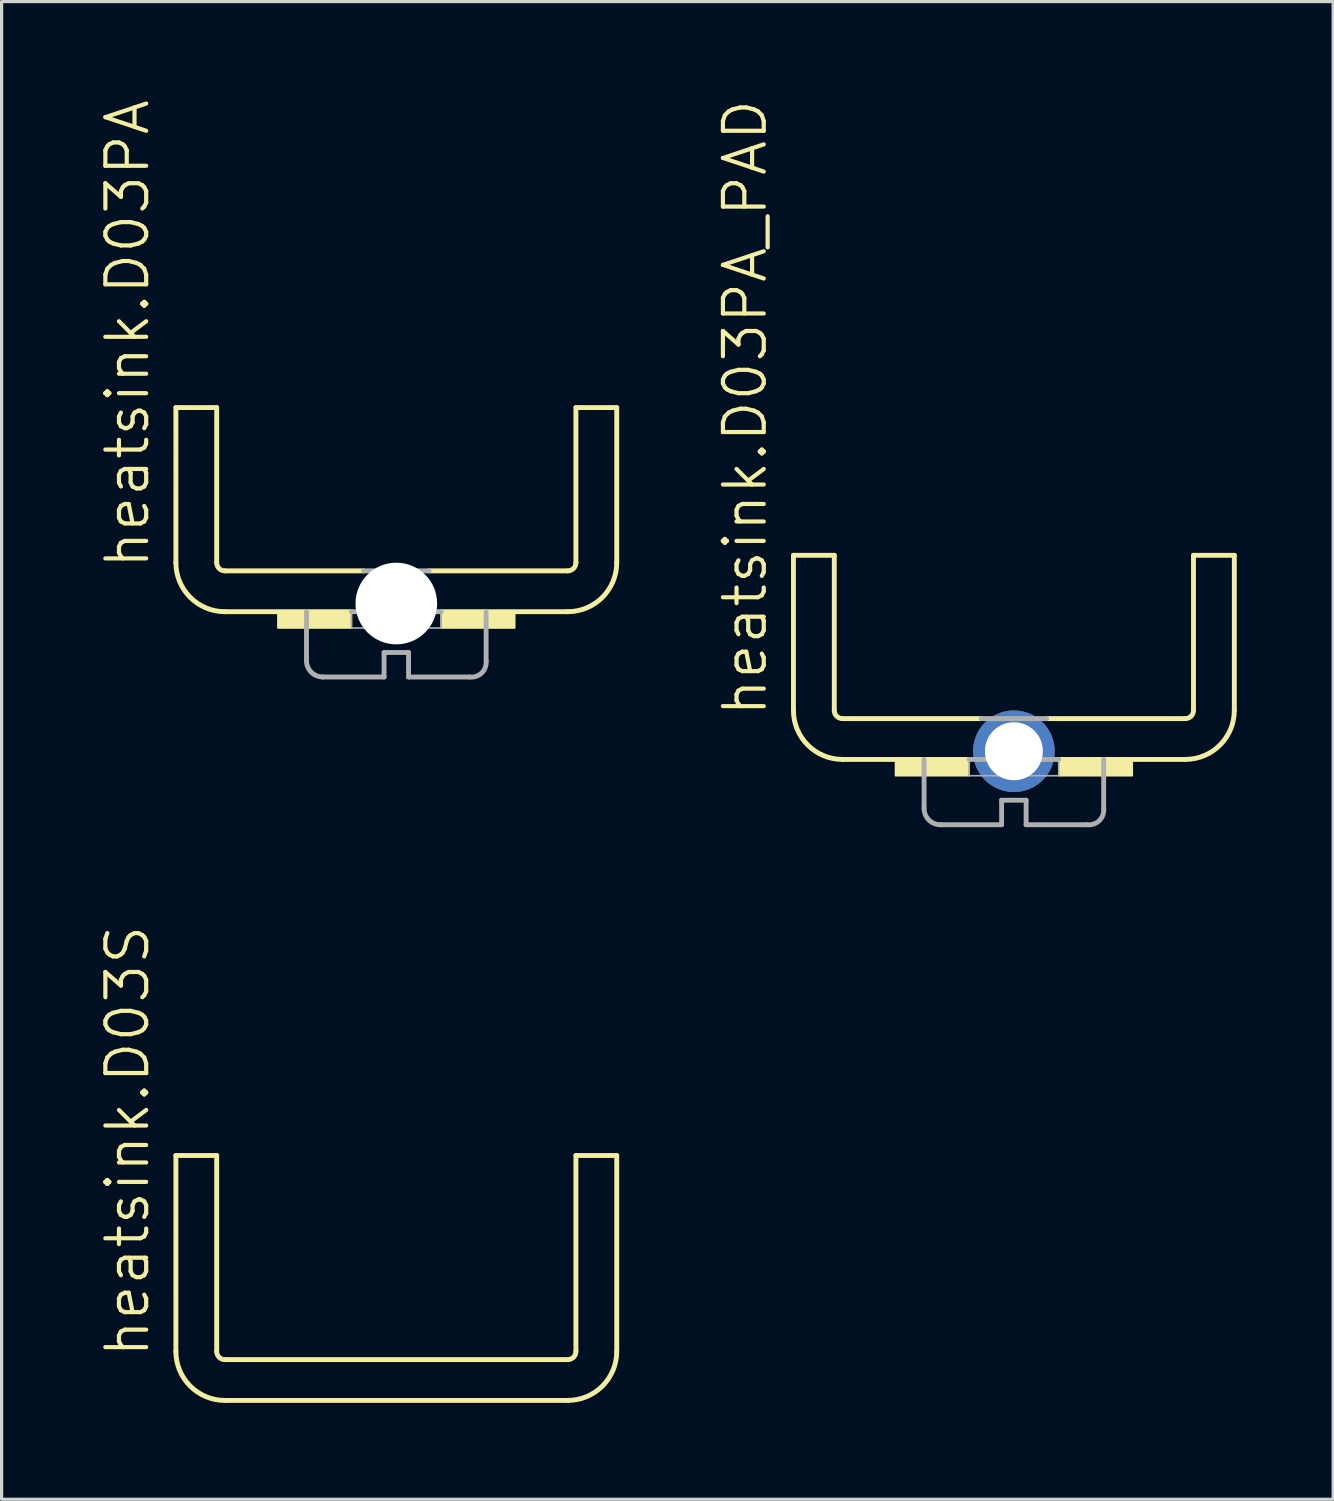
<source format=kicad_pcb>
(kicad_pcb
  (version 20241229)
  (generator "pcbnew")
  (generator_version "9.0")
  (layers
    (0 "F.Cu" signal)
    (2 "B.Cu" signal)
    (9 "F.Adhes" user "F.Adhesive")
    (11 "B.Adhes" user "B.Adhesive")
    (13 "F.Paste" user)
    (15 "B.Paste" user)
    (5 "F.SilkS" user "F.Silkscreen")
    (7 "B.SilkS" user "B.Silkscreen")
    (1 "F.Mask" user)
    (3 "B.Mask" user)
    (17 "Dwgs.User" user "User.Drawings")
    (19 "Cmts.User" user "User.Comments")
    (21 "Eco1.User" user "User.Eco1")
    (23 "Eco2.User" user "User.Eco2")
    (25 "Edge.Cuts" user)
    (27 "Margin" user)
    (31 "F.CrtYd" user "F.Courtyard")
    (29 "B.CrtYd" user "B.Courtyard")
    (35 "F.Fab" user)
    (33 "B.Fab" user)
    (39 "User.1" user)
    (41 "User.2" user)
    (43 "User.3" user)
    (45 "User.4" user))
  (footprint "heatsink.D03PA_PAD"
    (layer "F.Cu")
    (at 28.494 19.307)
    (property "Reference" "heatsink.D03PA_PAD" (at -7.62 0 90) (layer "F.SilkS") (effects (font (size 1.27 1.27) (thickness 0.13)) (justify left bottom)))
    (attr through_hole)
    (fp_line (start -6.858 -5.08) (end -5.588 -5.08) (stroke (width 0.152) (type default)) (layer "F.SilkS"))
    (fp_line (start -6.858 -0.254) (end -6.858 -5.08) (stroke (width 0.152) (type default)) (layer "F.SilkS"))
    (fp_line (start -5.588 -0.254) (end -5.588 -5.08) (stroke (width 0.152) (type default)) (layer "F.SilkS"))
    (fp_line (start -5.334 0) (end -1.016 0) (stroke (width 0.152) (type default)) (layer "F.SilkS"))
    (fp_line (start -1.397 1.27) (end -5.334 1.27) (stroke (width 0.152) (type default)) (layer "F.SilkS"))
    (fp_line (start 1.016 0) (end 5.334 0) (stroke (width 0.152) (type default)) (layer "F.SilkS"))
    (fp_line (start 1.397 1.27) (end 5.334 1.27) (stroke (width 0.152) (type default)) (layer "F.SilkS"))
    (fp_line (start 5.588 -0.254) (end 5.588 -5.08) (stroke (width 0.152) (type default)) (layer "F.SilkS"))
    (fp_line (start 6.858 -5.08) (end 5.588 -5.08) (stroke (width 0.152) (type default)) (layer "F.SilkS"))
    (fp_line (start 6.858 -0.254) (end 6.858 -5.08) (stroke (width 0.152) (type default)) (layer "F.SilkS"))
    (fp_rect (start -3.683 1.778) (end -1.397 1.27) (stroke (width 0.05) (type default)) (fill yes) (layer "F.SilkS"))
    (fp_rect (start 1.397 1.778) (end 3.683 1.27) (stroke (width 0.05) (type default)) (fill yes) (layer "F.SilkS"))
    (fp_arc (start -5.334 0) (mid -5.513605 -0.074395) (end -5.588 -0.254) (stroke (width 0.1524) (type default)) (layer "F.SilkS"))
    (fp_arc (start -5.334 1.27) (mid -6.411631 0.823631) (end -6.858 -0.254) (stroke (width 0.1524) (type default)) (layer "F.SilkS"))
    (fp_arc (start 5.588 -0.254) (mid 5.513605 -0.074395) (end 5.334 0) (stroke (width 0.1524) (type default)) (layer "F.SilkS"))
    (fp_arc (start 6.858 -0.254) (mid 6.411631 0.823631) (end 5.334 1.27) (stroke (width 0.1524) (type default)) (layer "F.SilkS"))
    (fp_line (start -2.794 2.794) (end -2.794 1.27) (stroke (width 0.152) (type default)) (layer "F.Fab"))
    (fp_line (start -2.286 3.302) (end -0.381 3.302) (stroke (width 0.152) (type default)) (layer "F.Fab"))
    (fp_line (start -1.016 0) (end 1.016 0) (stroke (width 0.152) (type default)) (layer "F.Fab"))
    (fp_line (start -0.381 2.54) (end -0.381 3.302) (stroke (width 0.152) (type default)) (layer "F.Fab"))
    (fp_line (start -0.381 2.54) (end 0.381 2.54) (stroke (width 0.152) (type default)) (layer "F.Fab"))
    (fp_line (start 0.381 3.302) (end 0.381 2.54) (stroke (width 0.152) (type default)) (layer "F.Fab"))
    (fp_line (start 1.397 1.27) (end -1.397 1.27) (stroke (width 0.152) (type default)) (layer "F.Fab"))
    (fp_line (start 2.286 3.302) (end 0.381 3.302) (stroke (width 0.152) (type default)) (layer "F.Fab"))
    (fp_line (start 2.794 2.794) (end 2.794 1.27) (stroke (width 0.152) (type default)) (layer "F.Fab"))
    (fp_rect (start -1.397 1.778) (end 1.397 1.27) (stroke (width 0.05) (type default)) (fill no) (layer "F.Fab"))
    (fp_arc (start -2.286 3.302) (mid -2.64521 3.15321) (end -2.794 2.794) (stroke (width 0.1524) (type default)) (layer "F.Fab"))
    (fp_arc (start 2.795 2.8049) (mid 2.658131 3.173897) (end 2.286 3.302) (stroke (width 0.1524) (type default)) (layer "F.Fab"))
    (pad "B" thru_hole circle (at 0 1.016) (size 2.54 2.54) (drill 1.803) (layers "*.Cu" "*.Mask")))
  (footprint "heatsink.D03PA"
    (layer "F.Cu")
    (at 9.28 14.711)
    (property "Reference" "heatsink.D03PA" (at -7.62 0 90) (layer "F.SilkS") (effects (font (size 1.27 1.27) (thickness 0.13)) (justify left bottom)))
    (fp_line (start -6.858 -5.08) (end -5.588 -5.08) (stroke (width 0.152) (type default)) (layer "F.SilkS"))
    (fp_line (start -6.858 -0.254) (end -6.858 -5.08) (stroke (width 0.152) (type default)) (layer "F.SilkS"))
    (fp_line (start -5.588 -0.254) (end -5.588 -5.08) (stroke (width 0.152) (type default)) (layer "F.SilkS"))
    (fp_line (start -5.334 0) (end -1.016 0) (stroke (width 0.152) (type default)) (layer "F.SilkS"))
    (fp_line (start -1.397 1.27) (end -5.334 1.27) (stroke (width 0.152) (type default)) (layer "F.SilkS"))
    (fp_line (start 1.016 0) (end 5.334 0) (stroke (width 0.152) (type default)) (layer "F.SilkS"))
    (fp_line (start 1.397 1.27) (end 5.334 1.27) (stroke (width 0.152) (type default)) (layer "F.SilkS"))
    (fp_line (start 5.588 -0.254) (end 5.588 -5.08) (stroke (width 0.152) (type default)) (layer "F.SilkS"))
    (fp_line (start 6.858 -5.08) (end 5.588 -5.08) (stroke (width 0.152) (type default)) (layer "F.SilkS"))
    (fp_line (start 6.858 -0.254) (end 6.858 -5.08) (stroke (width 0.152) (type default)) (layer "F.SilkS"))
    (fp_rect (start -3.683 1.778) (end -1.397 1.27) (stroke (width 0.05) (type default)) (fill yes) (layer "F.SilkS"))
    (fp_rect (start 1.397 1.778) (end 3.683 1.27) (stroke (width 0.05) (type default)) (fill yes) (layer "F.SilkS"))
    (fp_arc (start -5.334 0) (mid -5.513605 -0.074395) (end -5.588 -0.254) (stroke (width 0.1524) (type default)) (layer "F.SilkS"))
    (fp_arc (start -5.334 1.27) (mid -6.411631 0.823631) (end -6.858 -0.254) (stroke (width 0.1524) (type default)) (layer "F.SilkS"))
    (fp_arc (start 5.588 -0.254) (mid 5.513605 -0.074395) (end 5.334 0) (stroke (width 0.1524) (type default)) (layer "F.SilkS"))
    (fp_arc (start 6.858 -0.254) (mid 6.411631 0.823631) (end 5.334 1.27) (stroke (width 0.1524) (type default)) (layer "F.SilkS"))
    (fp_line (start -2.794 2.794) (end -2.794 1.27) (stroke (width 0.152) (type default)) (layer "F.Fab"))
    (fp_line (start -2.286 3.302) (end -0.381 3.302) (stroke (width 0.152) (type default)) (layer "F.Fab"))
    (fp_line (start -1.016 0) (end 1.016 0) (stroke (width 0.152) (type default)) (layer "F.Fab"))
    (fp_line (start -0.381 2.54) (end -0.381 3.302) (stroke (width 0.152) (type default)) (layer "F.Fab"))
    (fp_line (start -0.381 2.54) (end 0.381 2.54) (stroke (width 0.152) (type default)) (layer "F.Fab"))
    (fp_line (start 0.381 3.302) (end 0.381 2.54) (stroke (width 0.152) (type default)) (layer "F.Fab"))
    (fp_line (start 1.397 1.27) (end -1.397 1.27) (stroke (width 0.152) (type default)) (layer "F.Fab"))
    (fp_line (start 2.286 3.302) (end 0.381 3.302) (stroke (width 0.152) (type default)) (layer "F.Fab"))
    (fp_line (start 2.794 2.794) (end 2.794 1.27) (stroke (width 0.152) (type default)) (layer "F.Fab"))
    (fp_rect (start -1.397 1.778) (end 1.397 1.27) (stroke (width 0.05) (type default)) (fill no) (layer "F.Fab"))
    (fp_arc (start -2.286 3.302) (mid -2.64521 3.15321) (end -2.794 2.794) (stroke (width 0.1524) (type default)) (layer "F.Fab"))
    (fp_arc (start 2.795 2.8049) (mid 2.658167 3.173934) (end 2.286 3.302) (stroke (width 0.1524) (type default)) (layer "F.Fab"))
    (pad "" np_thru_hole circle (at 0 1.016) (size 2.54 2.54) (drill 2.54) (layers "*.Cu" "*.Mask")))
  (footprint "heatsink.D03S"
    (layer "F.Cu")
    (at 9.28 39.25)
    (property "Reference" "heatsink.D03S" (at -7.62 0 90) (layer "F.SilkS") (effects (font (size 1.27 1.27) (thickness 0.13)) (justify left bottom)))
    (fp_line (start -6.858 -6.35) (end -5.588 -6.35) (stroke (width 0.152) (type default)) (layer "F.SilkS"))
    (fp_line (start -6.858 -0.254) (end -6.858 -6.35) (stroke (width 0.152) (type default)) (layer "F.SilkS"))
    (fp_line (start -5.588 -0.254) (end -5.588 -6.35) (stroke (width 0.152) (type default)) (layer "F.SilkS"))
    (fp_line (start -5.334 0) (end 5.334 0) (stroke (width 0.152) (type default)) (layer "F.SilkS"))
    (fp_line (start -5.334 1.27) (end 5.334 1.27) (stroke (width 0.152) (type default)) (layer "F.SilkS"))
    (fp_line (start 5.588 -0.254) (end 5.588 -6.35) (stroke (width 0.152) (type default)) (layer "F.SilkS"))
    (fp_line (start 6.858 -6.35) (end 5.588 -6.35) (stroke (width 0.152) (type default)) (layer "F.SilkS"))
    (fp_line (start 6.858 -0.254) (end 6.858 -6.35) (stroke (width 0.152) (type default)) (layer "F.SilkS"))
    (fp_arc (start -5.334 0) (mid -5.513605 -0.074395) (end -5.588 -0.254) (stroke (width 0.1524) (type default)) (layer "F.SilkS"))
    (fp_arc (start -5.334 1.27) (mid -6.411631 0.823631) (end -6.858 -0.254) (stroke (width 0.1524) (type default)) (layer "F.SilkS"))
    (fp_arc (start 5.588 -0.254) (mid 5.513605 -0.074395) (end 5.334 0) (stroke (width 0.1524) (type default)) (layer "F.SilkS"))
    (fp_arc (start 6.858 -0.254) (mid 6.411631 0.823631) (end 5.334 1.27) (stroke (width 0.1524) (type default)) (layer "F.SilkS")))
  (gr_rect
    (start -3 -3)
    (end 38.428 43.596)
    (stroke (width 0.1) (type default))
    (fill no)
    (layer "Edge.Cuts")))
</source>
